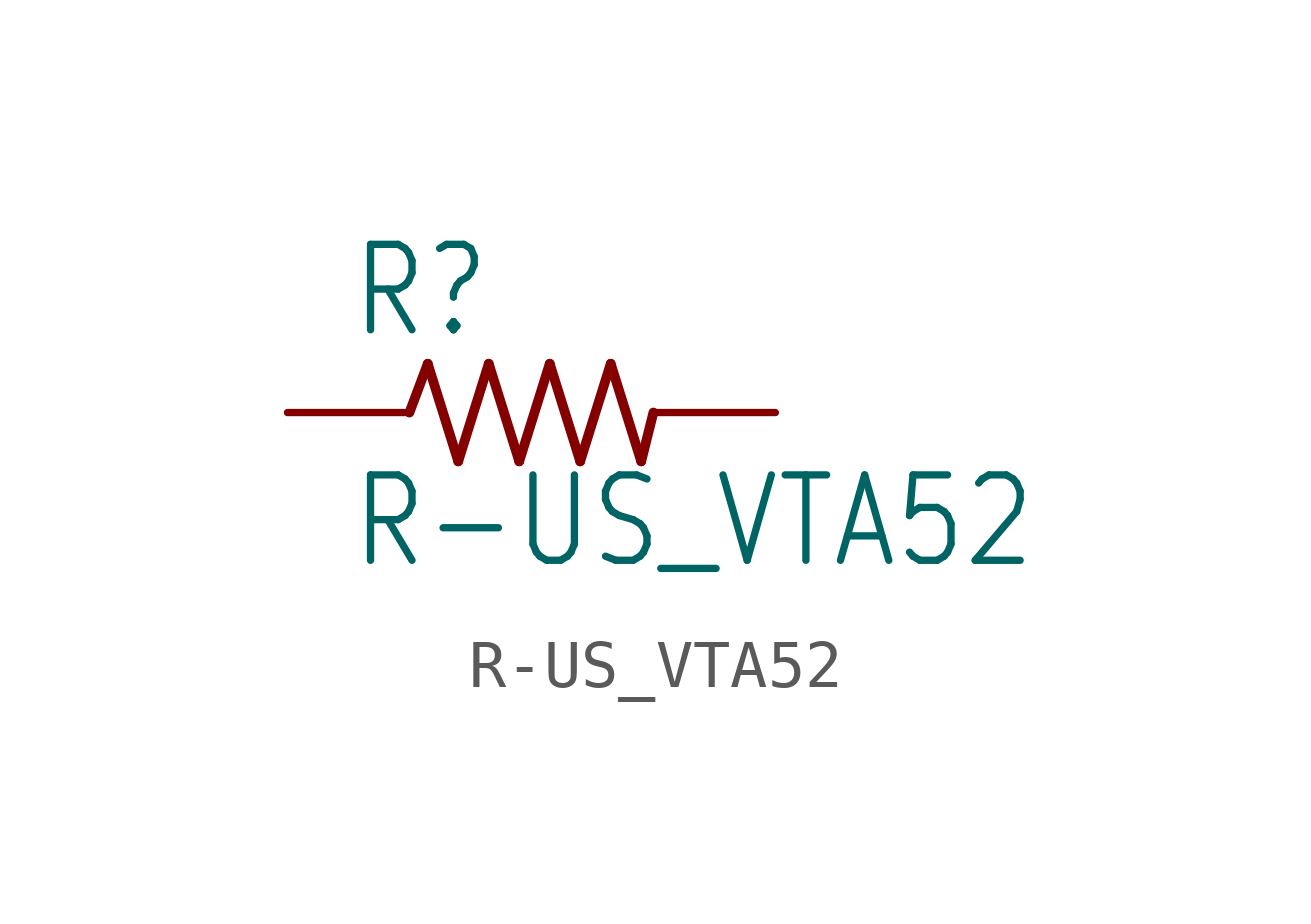
<source format=kicad_sym>
(kicad_symbol_lib
  (version 20211014)
  (generator kicad_symbol_editor)
  (symbol "R-US_VTA52"
    (property "Reference" "R"
      (at -3.81 1.499 0)
      (effects (font (size 1.778 1.511)) (justify left bottom)))
    (property "Value" "R-US_VTA52"
      (at -3.81 -3.302 0)
      (effects (font (size 1.778 1.511)) (justify left bottom)))
    (property "ki_locked" ""
      (at 0 0 0)
      (effects (font (size 1.27 1.27))))
    (symbol "R-US_VTA52_1_0"
      (polyline (pts (xy -2.54 0) (xy -2.159 1.016)) (stroke (width 0.203) (type default) (color 0 0 0 0)) (fill (type none)))
      (polyline (pts (xy -2.159 1.016) (xy -1.524 -1.016)) (stroke (width 0.203) (type default) (color 0 0 0 0)) (fill (type none)))
      (polyline (pts (xy -1.524 -1.016) (xy -0.889 1.016)) (stroke (width 0.203) (type default) (color 0 0 0 0)) (fill (type none)))
      (polyline (pts (xy -0.889 1.016) (xy -0.254 -1.016)) (stroke (width 0.203) (type default) (color 0 0 0 0)) (fill (type none)))
      (polyline (pts (xy -0.254 -1.016) (xy 0.381 1.016)) (stroke (width 0.203) (type default) (color 0 0 0 0)) (fill (type none)))
      (polyline (pts (xy 0.381 1.016) (xy 1.016 -1.016)) (stroke (width 0.203) (type default) (color 0 0 0 0)) (fill (type none)))
      (polyline (pts (xy 1.016 -1.016) (xy 1.651 1.016)) (stroke (width 0.203) (type default) (color 0 0 0 0)) (fill (type none)))
      (polyline (pts (xy 1.651 1.016) (xy 2.286 -1.016)) (stroke (width 0.203) (type default) (color 0 0 0 0)) (fill (type none)))
      (polyline (pts (xy 2.286 -1.016) (xy 2.54 0)) (stroke (width 0.203) (type default) (color 0 0 0 0)) (fill (type none)))
      (pin passive line (at -5.08 0 0) (length 2.54) (name "1" (effects (font (size 0 0)))) (number "1" (effects (font (size 0 0)))))
      (pin passive line (at 5.08 0 180) (length 2.54) (name "2" (effects (font (size 0 0)))) (number "2" (effects (font (size 0 0))))))))
</source>
